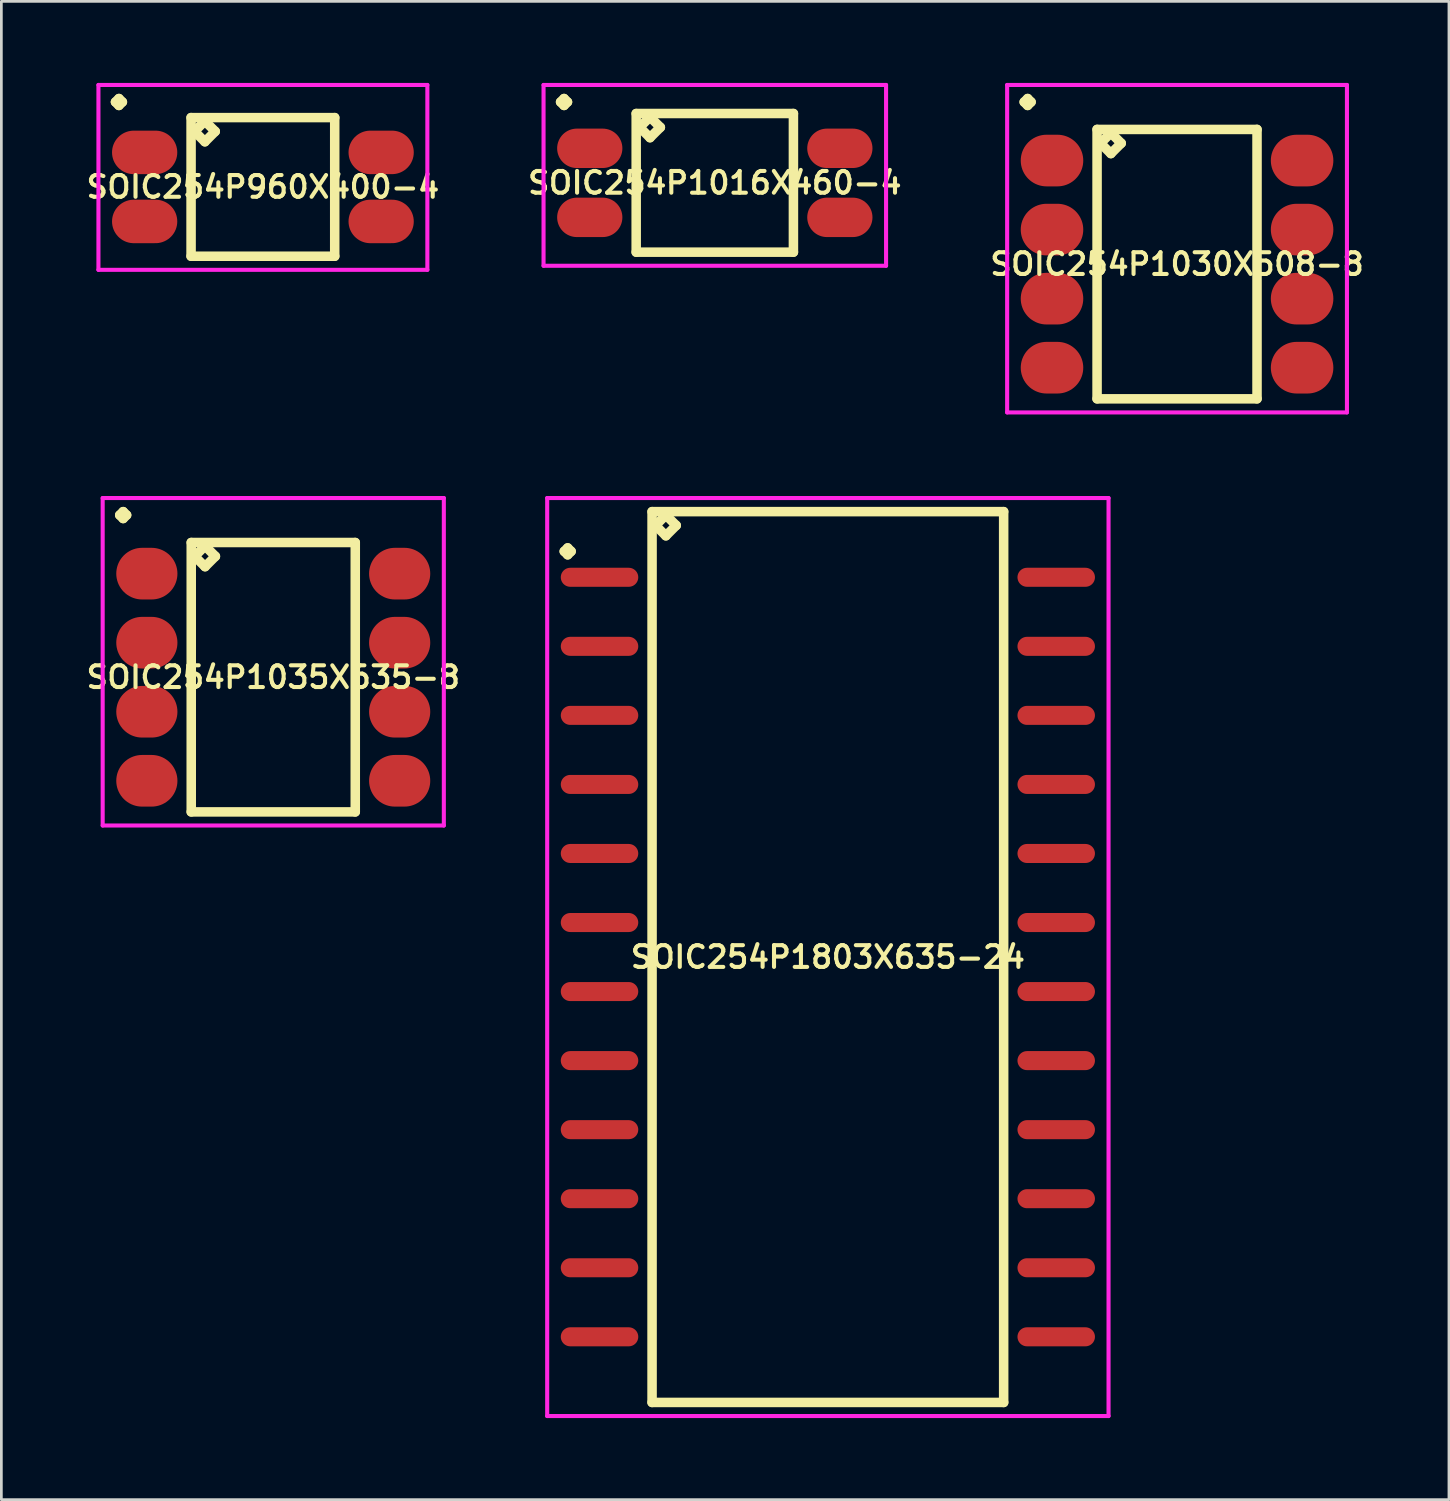
<source format=kicad_pcb>
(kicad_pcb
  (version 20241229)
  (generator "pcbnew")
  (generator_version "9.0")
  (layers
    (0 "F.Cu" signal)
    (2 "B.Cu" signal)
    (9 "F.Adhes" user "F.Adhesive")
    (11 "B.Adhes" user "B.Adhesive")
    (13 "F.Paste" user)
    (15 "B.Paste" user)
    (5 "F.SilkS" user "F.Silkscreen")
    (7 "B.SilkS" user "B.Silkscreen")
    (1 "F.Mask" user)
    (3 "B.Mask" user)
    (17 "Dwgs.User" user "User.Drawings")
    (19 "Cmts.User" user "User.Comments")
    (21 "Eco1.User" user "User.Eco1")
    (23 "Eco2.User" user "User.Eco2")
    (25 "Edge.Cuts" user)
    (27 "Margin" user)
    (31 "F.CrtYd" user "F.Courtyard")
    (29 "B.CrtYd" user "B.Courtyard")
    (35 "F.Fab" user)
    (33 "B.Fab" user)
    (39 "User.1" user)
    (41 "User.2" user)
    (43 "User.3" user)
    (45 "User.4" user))
  (footprint "SOIC254P1035X635-8"
    (layer "F.Cu")
    (at 7.002 21.862)
    (property "Reference" "SOIC254P1035X635-8" (at 0 0 0) (layer "F.SilkS") (effects (font (size 0.8 0.8) (thickness 0.15))))
    (attr smd)
    (fp_line (start -5.648 -5.964) (end -5.521 -6.091) (stroke (width 0.35) (type solid)) (layer "F.SilkS"))
    (fp_line (start -5.521 -6.091) (end -5.394 -5.964) (stroke (width 0.35) (type solid)) (layer "F.SilkS"))
    (fp_line (start -5.521 -5.837) (end -5.648 -5.964) (stroke (width 0.35) (type solid)) (layer "F.SilkS"))
    (fp_line (start -5.394 -5.964) (end -5.521 -5.837) (stroke (width 0.35) (type solid)) (layer "F.SilkS"))
    (fp_line (start -3.017 -4.955) (end -3.017 4.955) (stroke (width 0.35) (type solid)) (layer "F.SilkS"))
    (fp_line (start -3.017 4.955) (end 3.017 4.955) (stroke (width 0.35) (type solid)) (layer "F.SilkS"))
    (fp_line (start -2.89 -4.447) (end -2.509 -4.828) (stroke (width 0.35) (type solid)) (layer "F.SilkS"))
    (fp_line (start -2.509 -4.828) (end -2.128 -4.447) (stroke (width 0.35) (type solid)) (layer "F.SilkS"))
    (fp_line (start -2.509 -4.066) (end -2.89 -4.447) (stroke (width 0.35) (type solid)) (layer "F.SilkS"))
    (fp_line (start -2.128 -4.447) (end -2.509 -4.066) (stroke (width 0.35) (type solid)) (layer "F.SilkS"))
    (fp_line (start 3.017 -4.955) (end -3.017 -4.955) (stroke (width 0.35) (type solid)) (layer "F.SilkS"))
    (fp_line (start 3.017 4.955) (end 3.017 -4.955) (stroke (width 0.35) (type solid)) (layer "F.SilkS"))
    (fp_line (start -6.275 -6.591) (end 6.275 -6.591) (stroke (width 0.15) (type solid)) (layer "F.CrtYd"))
    (fp_line (start -6.275 5.455) (end -6.275 -6.591) (stroke (width 0.15) (type solid)) (layer "F.CrtYd"))
    (fp_line (start 6.275 -6.591) (end 6.275 5.455) (stroke (width 0.15) (type solid)) (layer "F.CrtYd"))
    (fp_line (start 6.275 5.455) (end -6.275 5.455) (stroke (width 0.15) (type solid)) (layer "F.CrtYd"))
    (pad "1" smd oval (at -4.65 -3.81) (size 2.25 1.9) (layers "F.Cu" "F.Mask" "F.Paste"))
    (pad "2" smd oval (at -4.65 -1.27) (size 2.25 1.9) (layers "F.Cu" "F.Mask" "F.Paste"))
    (pad "3" smd oval (at -4.65 1.27) (size 2.25 1.9) (layers "F.Cu" "F.Mask" "F.Paste"))
    (pad "4" smd oval (at -4.65 3.81) (size 2.25 1.9) (layers "F.Cu" "F.Mask" "F.Paste"))
    (pad "5" smd oval (at 4.65 3.81) (size 2.25 1.9) (layers "F.Cu" "F.Mask" "F.Paste"))
    (pad "6" smd oval (at 4.65 1.27) (size 2.25 1.9) (layers "F.Cu" "F.Mask" "F.Paste"))
    (pad "7" smd oval (at 4.65 -1.27) (size 2.25 1.9) (layers "F.Cu" "F.Mask" "F.Paste"))
    (pad "8" smd oval (at 4.65 -3.81) (size 2.25 1.9) (layers "F.Cu" "F.Mask" "F.Paste")))
  (footprint "SOIC254P1030X508-8"
    (layer "F.Cu")
    (at 40.249 6.666)
    (property "Reference" "SOIC254P1030X508-8" (at 0 0 0) (layer "F.SilkS") (effects (font (size 0.8 0.8) (thickness 0.15))))
    (attr through_hole)
    (fp_line (start -5.623 -5.964) (end -5.496 -6.091) (stroke (width 0.35) (type solid)) (layer "F.SilkS"))
    (fp_line (start -5.496 -6.091) (end -5.369 -5.964) (stroke (width 0.35) (type solid)) (layer "F.SilkS"))
    (fp_line (start -5.496 -5.837) (end -5.623 -5.964) (stroke (width 0.35) (type solid)) (layer "F.SilkS"))
    (fp_line (start -5.369 -5.964) (end -5.496 -5.837) (stroke (width 0.35) (type solid)) (layer "F.SilkS"))
    (fp_line (start -2.942 -4.955) (end -2.942 4.955) (stroke (width 0.35) (type solid)) (layer "F.SilkS"))
    (fp_line (start -2.942 4.955) (end 2.942 4.955) (stroke (width 0.35) (type solid)) (layer "F.SilkS"))
    (fp_line (start -2.815 -4.447) (end -2.434 -4.828) (stroke (width 0.35) (type solid)) (layer "F.SilkS"))
    (fp_line (start -2.434 -4.828) (end -2.053 -4.447) (stroke (width 0.35) (type solid)) (layer "F.SilkS"))
    (fp_line (start -2.434 -4.066) (end -2.815 -4.447) (stroke (width 0.35) (type solid)) (layer "F.SilkS"))
    (fp_line (start -2.053 -4.447) (end -2.434 -4.066) (stroke (width 0.35) (type solid)) (layer "F.SilkS"))
    (fp_line (start 2.942 -4.955) (end -2.942 -4.955) (stroke (width 0.35) (type solid)) (layer "F.SilkS"))
    (fp_line (start 2.942 4.955) (end 2.942 -4.955) (stroke (width 0.35) (type solid)) (layer "F.SilkS"))
    (fp_line (start -6.25 -6.591) (end 6.25 -6.591) (stroke (width 0.15) (type solid)) (layer "F.CrtYd"))
    (fp_line (start -6.25 5.455) (end -6.25 -6.591) (stroke (width 0.15) (type solid)) (layer "F.CrtYd"))
    (fp_line (start 6.25 -6.591) (end 6.25 5.455) (stroke (width 0.15) (type solid)) (layer "F.CrtYd"))
    (fp_line (start 6.25 5.455) (end -6.25 5.455) (stroke (width 0.15) (type solid)) (layer "F.CrtYd"))
    (pad "1" smd oval (at -4.6 -3.81) (size 2.3 1.9) (layers "F.Cu" "F.Mask" "F.Paste"))
    (pad "2" smd oval (at -4.6 -1.27) (size 2.3 1.9) (layers "F.Cu" "F.Mask" "F.Paste"))
    (pad "3" smd oval (at -4.6 1.27) (size 2.3 1.9) (layers "F.Cu" "F.Mask" "F.Paste"))
    (pad "4" smd oval (at -4.6 3.81) (size 2.3 1.9) (layers "F.Cu" "F.Mask" "F.Paste"))
    (pad "5" smd oval (at 4.6 3.81) (size 2.3 1.9) (layers "F.Cu" "F.Mask" "F.Paste"))
    (pad "6" smd oval (at 4.6 1.27) (size 2.3 1.9) (layers "F.Cu" "F.Mask" "F.Paste"))
    (pad "7" smd oval (at 4.6 -1.27) (size 2.3 1.9) (layers "F.Cu" "F.Mask" "F.Paste"))
    (pad "8" smd oval (at 4.6 -3.81) (size 2.3 1.9) (layers "F.Cu" "F.Mask" "F.Paste")))
  (footprint "SOIC254P1016X460-4"
    (layer "F.Cu")
    (at 23.245 3.676)
    (property "Reference" "SOIC254P1016X460-4" (at 0 0 0) (layer "F.SilkS") (effects (font (size 0.8 0.8) (thickness 0.15))))
    (attr smd)
    (fp_line (start -5.673 -2.974) (end -5.546 -3.101) (stroke (width 0.35) (type solid)) (layer "F.SilkS"))
    (fp_line (start -5.546 -3.101) (end -5.419 -2.974) (stroke (width 0.35) (type solid)) (layer "F.SilkS"))
    (fp_line (start -5.546 -2.847) (end -5.673 -2.974) (stroke (width 0.35) (type solid)) (layer "F.SilkS"))
    (fp_line (start -5.419 -2.974) (end -5.546 -2.847) (stroke (width 0.35) (type solid)) (layer "F.SilkS"))
    (fp_line (start -2.892 -2.55) (end -2.892 2.55) (stroke (width 0.35) (type solid)) (layer "F.SilkS"))
    (fp_line (start -2.892 2.55) (end 2.892 2.55) (stroke (width 0.35) (type solid)) (layer "F.SilkS"))
    (fp_line (start -2.765 -2.042) (end -2.384 -2.423) (stroke (width 0.35) (type solid)) (layer "F.SilkS"))
    (fp_line (start -2.384 -2.423) (end -2.003 -2.042) (stroke (width 0.35) (type solid)) (layer "F.SilkS"))
    (fp_line (start -2.384 -1.661) (end -2.765 -2.042) (stroke (width 0.35) (type solid)) (layer "F.SilkS"))
    (fp_line (start -2.003 -2.042) (end -2.384 -1.661) (stroke (width 0.35) (type solid)) (layer "F.SilkS"))
    (fp_line (start 2.892 -2.55) (end -2.892 -2.55) (stroke (width 0.35) (type solid)) (layer "F.SilkS"))
    (fp_line (start 2.892 2.55) (end 2.892 -2.55) (stroke (width 0.35) (type solid)) (layer "F.SilkS"))
    (fp_line (start -6.3 -3.601) (end 6.3 -3.601) (stroke (width 0.15) (type solid)) (layer "F.CrtYd"))
    (fp_line (start -6.3 3.05) (end -6.3 -3.601) (stroke (width 0.15) (type solid)) (layer "F.CrtYd"))
    (fp_line (start 6.3 -3.601) (end 6.3 3.05) (stroke (width 0.15) (type solid)) (layer "F.CrtYd"))
    (fp_line (start 6.3 3.05) (end -6.3 3.05) (stroke (width 0.15) (type solid)) (layer "F.CrtYd"))
    (pad "1" smd oval (at -4.6 -1.27) (size 2.4 1.45) (layers "F.Cu" "F.Mask" "F.Paste"))
    (pad "2" smd oval (at -4.6 1.27) (size 2.4 1.45) (layers "F.Cu" "F.Mask" "F.Paste"))
    (pad "3" smd oval (at 4.6 1.27) (size 2.4 1.45) (layers "F.Cu" "F.Mask" "F.Paste"))
    (pad "4" smd oval (at 4.6 -1.27) (size 2.4 1.45) (layers "F.Cu" "F.Mask" "F.Paste")))
  (footprint "SOIC254P960X400-4"
    (layer "F.Cu")
    (at 6.621 3.826)
    (property "Reference" "SOIC254P960X400-4" (at 0 0 0) (layer "F.SilkS") (effects (font (size 0.8 0.8) (thickness 0.15))))
    (attr smd)
    (fp_line (start -5.423 -3.124) (end -5.296 -3.251) (stroke (width 0.35) (type solid)) (layer "F.SilkS"))
    (fp_line (start -5.296 -3.251) (end -5.169 -3.124) (stroke (width 0.35) (type solid)) (layer "F.SilkS"))
    (fp_line (start -5.296 -2.997) (end -5.423 -3.124) (stroke (width 0.35) (type solid)) (layer "F.SilkS"))
    (fp_line (start -5.169 -3.124) (end -5.296 -2.997) (stroke (width 0.35) (type solid)) (layer "F.SilkS"))
    (fp_line (start -2.642 -2.55) (end -2.642 2.55) (stroke (width 0.35) (type solid)) (layer "F.SilkS"))
    (fp_line (start -2.642 2.55) (end 2.642 2.55) (stroke (width 0.35) (type solid)) (layer "F.SilkS"))
    (fp_line (start -2.515 -2.042) (end -2.134 -2.423) (stroke (width 0.35) (type solid)) (layer "F.SilkS"))
    (fp_line (start -2.134 -2.423) (end -1.753 -2.042) (stroke (width 0.35) (type solid)) (layer "F.SilkS"))
    (fp_line (start -2.134 -1.661) (end -2.515 -2.042) (stroke (width 0.35) (type solid)) (layer "F.SilkS"))
    (fp_line (start -1.753 -2.042) (end -2.134 -1.661) (stroke (width 0.35) (type solid)) (layer "F.SilkS"))
    (fp_line (start 2.642 -2.55) (end -2.642 -2.55) (stroke (width 0.35) (type solid)) (layer "F.SilkS"))
    (fp_line (start 2.642 2.55) (end 2.642 -2.55) (stroke (width 0.35) (type solid)) (layer "F.SilkS"))
    (fp_line (start -6.05 -3.751) (end 6.05 -3.751) (stroke (width 0.15) (type solid)) (layer "F.CrtYd"))
    (fp_line (start -6.05 3.05) (end -6.05 -3.751) (stroke (width 0.15) (type solid)) (layer "F.CrtYd"))
    (fp_line (start 6.05 -3.751) (end 6.05 3.05) (stroke (width 0.15) (type solid)) (layer "F.CrtYd"))
    (fp_line (start 6.05 3.05) (end -6.05 3.05) (stroke (width 0.15) (type solid)) (layer "F.CrtYd"))
    (pad "1" smd oval (at -4.35 -1.27) (size 2.4 1.6) (layers "F.Cu" "F.Mask" "F.Paste"))
    (pad "2" smd oval (at -4.35 1.27) (size 2.4 1.6) (layers "F.Cu" "F.Mask" "F.Paste"))
    (pad "3" smd oval (at 4.35 1.27) (size 2.4 1.6) (layers "F.Cu" "F.Mask" "F.Paste"))
    (pad "4" smd oval (at 4.35 -1.27) (size 2.4 1.6) (layers "F.Cu" "F.Mask" "F.Paste")))
  (footprint "SOIC254P1803X635-24"
    (layer "F.Cu")
    (at 27.404 32.156)
    (property "Reference" "SOIC254P1803X635-24" (at 0 0 0) (layer "F.SilkS") (effects (font (size 0.8 0.8) (thickness 0.15))))
    (attr smd)
    (fp_line (start -9.698 -14.924) (end -9.571 -15.051) (stroke (width 0.35) (type solid)) (layer "F.SilkS"))
    (fp_line (start -9.571 -15.051) (end -9.444 -14.924) (stroke (width 0.35) (type solid)) (layer "F.SilkS"))
    (fp_line (start -9.571 -14.797) (end -9.698 -14.924) (stroke (width 0.35) (type solid)) (layer "F.SilkS"))
    (fp_line (start -9.444 -14.924) (end -9.571 -14.797) (stroke (width 0.35) (type solid)) (layer "F.SilkS"))
    (fp_line (start -6.467 -16.385) (end -6.467 16.385) (stroke (width 0.35) (type solid)) (layer "F.SilkS"))
    (fp_line (start -6.467 16.385) (end 6.467 16.385) (stroke (width 0.35) (type solid)) (layer "F.SilkS"))
    (fp_line (start -6.34 -15.877) (end -5.959 -16.258) (stroke (width 0.35) (type solid)) (layer "F.SilkS"))
    (fp_line (start -5.959 -16.258) (end -5.578 -15.877) (stroke (width 0.35) (type solid)) (layer "F.SilkS"))
    (fp_line (start -5.959 -15.496) (end -6.34 -15.877) (stroke (width 0.35) (type solid)) (layer "F.SilkS"))
    (fp_line (start -5.578 -15.877) (end -5.959 -15.496) (stroke (width 0.35) (type solid)) (layer "F.SilkS"))
    (fp_line (start 6.467 -16.385) (end -6.467 -16.385) (stroke (width 0.35) (type solid)) (layer "F.SilkS"))
    (fp_line (start 6.467 16.385) (end 6.467 -16.385) (stroke (width 0.35) (type solid)) (layer "F.SilkS"))
    (fp_line (start -10.325 -16.885) (end 10.325 -16.885) (stroke (width 0.15) (type solid)) (layer "F.CrtYd"))
    (fp_line (start -10.325 16.885) (end -10.325 -16.885) (stroke (width 0.15) (type solid)) (layer "F.CrtYd"))
    (fp_line (start 10.325 -16.885) (end 10.325 16.885) (stroke (width 0.15) (type solid)) (layer "F.CrtYd"))
    (fp_line (start 10.325 16.885) (end -10.325 16.885) (stroke (width 0.15) (type solid)) (layer "F.CrtYd"))
    (pad "1" smd oval (at -8.4 -13.97) (size 2.85 0.7) (layers "F.Cu" "F.Mask" "F.Paste"))
    (pad "2" smd oval (at -8.4 -11.43) (size 2.85 0.7) (layers "F.Cu" "F.Mask" "F.Paste"))
    (pad "3" smd oval (at -8.4 -8.89) (size 2.85 0.7) (layers "F.Cu" "F.Mask" "F.Paste"))
    (pad "4" smd oval (at -8.4 -6.35) (size 2.85 0.7) (layers "F.Cu" "F.Mask" "F.Paste"))
    (pad "5" smd oval (at -8.4 -3.81) (size 2.85 0.7) (layers "F.Cu" "F.Mask" "F.Paste"))
    (pad "6" smd oval (at -8.4 -1.27) (size 2.85 0.7) (layers "F.Cu" "F.Mask" "F.Paste"))
    (pad "7" smd oval (at -8.4 1.27) (size 2.85 0.7) (layers "F.Cu" "F.Mask" "F.Paste"))
    (pad "8" smd oval (at -8.4 3.81) (size 2.85 0.7) (layers "F.Cu" "F.Mask" "F.Paste"))
    (pad "9" smd oval (at -8.4 6.35) (size 2.85 0.7) (layers "F.Cu" "F.Mask" "F.Paste"))
    (pad "10" smd oval (at -8.4 8.89) (size 2.85 0.7) (layers "F.Cu" "F.Mask" "F.Paste"))
    (pad "11" smd oval (at -8.4 11.43) (size 2.85 0.7) (layers "F.Cu" "F.Mask" "F.Paste"))
    (pad "12" smd oval (at -8.4 13.97) (size 2.85 0.7) (layers "F.Cu" "F.Mask" "F.Paste"))
    (pad "13" smd oval (at 8.4 13.97) (size 2.85 0.7) (layers "F.Cu" "F.Mask" "F.Paste"))
    (pad "14" smd oval (at 8.4 11.43) (size 2.85 0.7) (layers "F.Cu" "F.Mask" "F.Paste"))
    (pad "15" smd oval (at 8.4 8.89) (size 2.85 0.7) (layers "F.Cu" "F.Mask" "F.Paste"))
    (pad "16" smd oval (at 8.4 6.35) (size 2.85 0.7) (layers "F.Cu" "F.Mask" "F.Paste"))
    (pad "17" smd oval (at 8.4 3.81) (size 2.85 0.7) (layers "F.Cu" "F.Mask" "F.Paste"))
    (pad "18" smd oval (at 8.4 1.27) (size 2.85 0.7) (layers "F.Cu" "F.Mask" "F.Paste"))
    (pad "19" smd oval (at 8.4 -1.27) (size 2.85 0.7) (layers "F.Cu" "F.Mask" "F.Paste"))
    (pad "20" smd oval (at 8.4 -3.81) (size 2.85 0.7) (layers "F.Cu" "F.Mask" "F.Paste"))
    (pad "21" smd oval (at 8.4 -6.35) (size 2.85 0.7) (layers "F.Cu" "F.Mask" "F.Paste"))
    (pad "22" smd oval (at 8.4 -8.89) (size 2.85 0.7) (layers "F.Cu" "F.Mask" "F.Paste"))
    (pad "23" smd oval (at 8.4 -11.43) (size 2.85 0.7) (layers "F.Cu" "F.Mask" "F.Paste"))
    (pad "24" smd oval (at 8.4 -13.97) (size 2.85 0.7) (layers "F.Cu" "F.Mask" "F.Paste")))
  (gr_rect
    (start -3 -3)
    (end 50.251 52.116)
    (stroke (width 0.1) (type default))
    (fill no)
    (layer "Edge.Cuts")))
</source>
